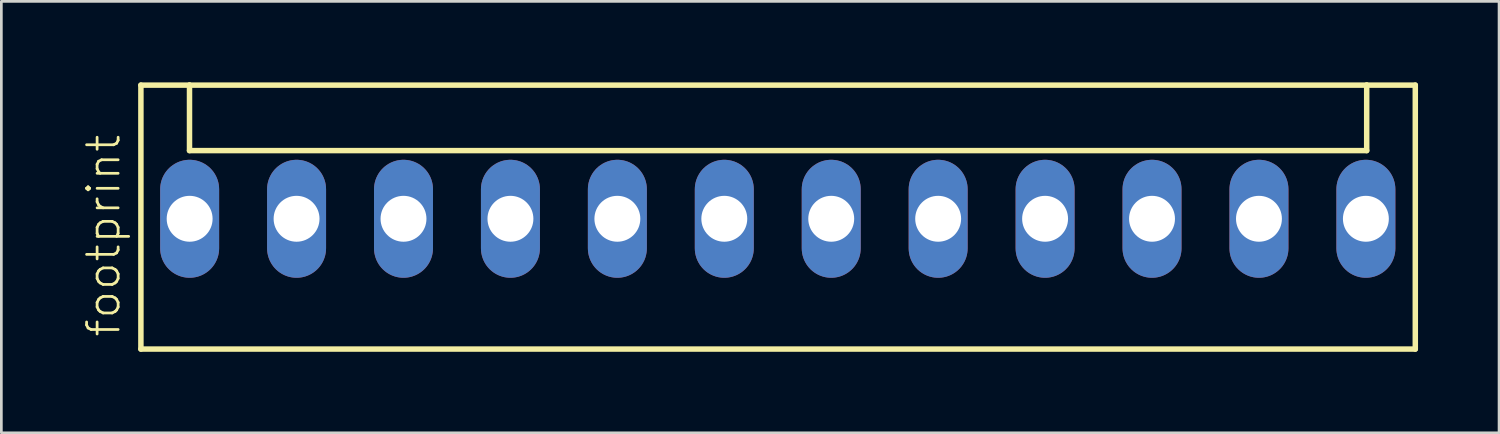
<source format=kicad_pcb>
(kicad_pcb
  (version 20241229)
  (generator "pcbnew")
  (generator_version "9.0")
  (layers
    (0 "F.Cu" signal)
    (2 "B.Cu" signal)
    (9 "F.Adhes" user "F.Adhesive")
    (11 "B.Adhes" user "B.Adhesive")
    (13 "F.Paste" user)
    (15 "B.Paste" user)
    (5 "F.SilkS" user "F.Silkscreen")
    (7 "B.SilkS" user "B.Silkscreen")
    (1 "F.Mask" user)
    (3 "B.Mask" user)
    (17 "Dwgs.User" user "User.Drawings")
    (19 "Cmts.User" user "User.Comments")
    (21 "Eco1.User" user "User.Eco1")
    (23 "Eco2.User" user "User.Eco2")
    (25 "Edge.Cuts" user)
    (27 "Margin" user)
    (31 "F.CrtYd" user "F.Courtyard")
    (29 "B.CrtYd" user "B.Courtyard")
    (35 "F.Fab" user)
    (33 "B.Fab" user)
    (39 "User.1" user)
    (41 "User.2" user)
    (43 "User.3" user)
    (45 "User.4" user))
  (footprint "footprint"
    (layer "F.Cu")
    (at 25.753 5.052)
    (property "Reference" "footprint" (at -24.28 4.445 90) (layer "F.SilkS") (effects (font (size 1.168 1.168) (thickness 0.102)) (justify left bottom)))
    (fp_line (start -23.585 -4.95) (end -23.585 4.825) (stroke (width 0.203) (type solid)) (layer "F.SilkS"))
    (fp_line (start -23.585 4.825) (end 23.61 4.825) (stroke (width 0.203) (type solid)) (layer "F.SilkS"))
    (fp_line (start -21.785 -4.95) (end -23.585 -4.95) (stroke (width 0.203) (type solid)) (layer "F.SilkS"))
    (fp_line (start -21.785 -2.525) (end -21.785 -4.95) (stroke (width 0.203) (type solid)) (layer "F.SilkS"))
    (fp_line (start -21.785 -2.525) (end 21.81 -2.525) (stroke (width 0.203) (type solid)) (layer "F.SilkS"))
    (fp_line (start 21.81 -4.95) (end -21.785 -4.95) (stroke (width 0.203) (type solid)) (layer "F.SilkS"))
    (fp_line (start 21.81 -2.525) (end 21.81 -4.95) (stroke (width 0.203) (type solid)) (layer "F.SilkS"))
    (fp_line (start 23.61 -4.95) (end 21.81 -4.95) (stroke (width 0.203) (type solid)) (layer "F.SilkS"))
    (fp_line (start 23.61 4.825) (end 23.61 -4.95) (stroke (width 0.203) (type solid)) (layer "F.SilkS"))
    (pad "1" thru_hole oval (at -21.78 0 90) (size 4.369 2.184) (drill 1.7) (layers "*.Cu" "*.Mask"))
    (pad "2" thru_hole oval (at -17.82 0 90) (size 4.369 2.184) (drill 1.7) (layers "*.Cu" "*.Mask"))
    (pad "3" thru_hole oval (at -13.86 0 90) (size 4.369 2.184) (drill 1.7) (layers "*.Cu" "*.Mask"))
    (pad "4" thru_hole oval (at -9.9 0 90) (size 4.369 2.184) (drill 1.7) (layers "*.Cu" "*.Mask"))
    (pad "5" thru_hole oval (at -5.94 0 90) (size 4.369 2.184) (drill 1.7) (layers "*.Cu" "*.Mask"))
    (pad "6" thru_hole oval (at -1.98 0 90) (size 4.369 2.184) (drill 1.7) (layers "*.Cu" "*.Mask"))
    (pad "7" thru_hole oval (at 1.98 0 90) (size 4.369 2.184) (drill 1.7) (layers "*.Cu" "*.Mask"))
    (pad "8" thru_hole oval (at 5.94 0 90) (size 4.369 2.184) (drill 1.7) (layers "*.Cu" "*.Mask"))
    (pad "9" thru_hole oval (at 9.9 0 90) (size 4.369 2.184) (drill 1.7) (layers "*.Cu" "*.Mask"))
    (pad "10" thru_hole oval (at 13.86 0 90) (size 4.369 2.184) (drill 1.7) (layers "*.Cu" "*.Mask"))
    (pad "11" thru_hole oval (at 17.82 0 90) (size 4.369 2.184) (drill 1.7) (layers "*.Cu" "*.Mask"))
    (pad "12" thru_hole oval (at 21.78 0 90) (size 4.369 2.184) (drill 1.7) (layers "*.Cu" "*.Mask")))
  (gr_rect
    (start -3 -3)
    (end 52.465 12.978)
    (stroke (width 0.1) (type default))
    (fill no)
    (layer "Edge.Cuts")))
</source>
